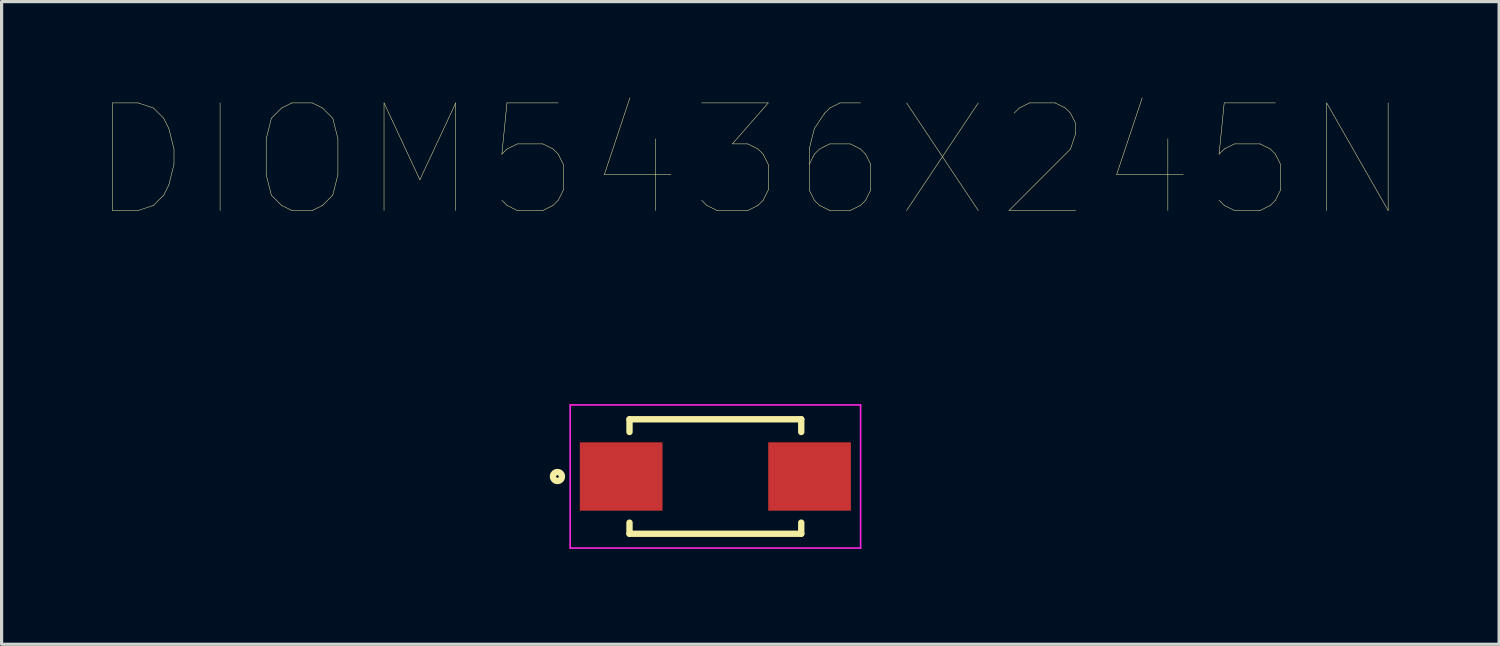
<source format=kicad_pcb>
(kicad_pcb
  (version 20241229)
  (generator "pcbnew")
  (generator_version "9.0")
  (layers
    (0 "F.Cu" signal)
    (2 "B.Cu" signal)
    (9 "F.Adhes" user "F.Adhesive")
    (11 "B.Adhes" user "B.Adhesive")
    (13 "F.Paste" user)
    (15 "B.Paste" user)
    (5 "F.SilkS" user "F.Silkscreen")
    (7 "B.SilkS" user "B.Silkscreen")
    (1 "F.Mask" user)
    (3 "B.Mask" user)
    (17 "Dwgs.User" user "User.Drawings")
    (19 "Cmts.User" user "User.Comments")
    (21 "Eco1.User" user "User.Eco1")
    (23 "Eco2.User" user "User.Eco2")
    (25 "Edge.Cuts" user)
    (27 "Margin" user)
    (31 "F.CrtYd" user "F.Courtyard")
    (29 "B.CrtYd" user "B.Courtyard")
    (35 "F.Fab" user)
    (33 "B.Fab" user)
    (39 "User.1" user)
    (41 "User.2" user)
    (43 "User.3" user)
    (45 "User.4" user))
  (footprint "DIOM5436X245N"
    (layer "F.Cu")
    (at 19.445 11.934)
    (property "Reference" "DIOM5436X245N" (at 1.099 -9.929 0) (layer "F.SilkS") (effects (font (size 3.383 3.383) (thickness 0.015))))
    (attr through_hole)
    (fp_line (start -2.7 -1.8) (end -2.7 -1.4) (stroke (width 0.2) (type solid)) (layer "F.SilkS"))
    (fp_line (start -2.7 -1.8) (end 2.7 -1.8) (stroke (width 0.2) (type solid)) (layer "F.SilkS"))
    (fp_line (start -2.7 1.8) (end -2.7 1.45) (stroke (width 0.2) (type solid)) (layer "F.SilkS"))
    (fp_line (start -2.7 1.8) (end 2.7 1.8) (stroke (width 0.2) (type solid)) (layer "F.SilkS"))
    (fp_line (start 2.7 -1.8) (end 2.7 -1.4) (stroke (width 0.2) (type solid)) (layer "F.SilkS"))
    (fp_line (start 2.7 1.8) (end 2.7 1.45) (stroke (width 0.2) (type solid)) (layer "F.SilkS"))
    (fp_circle (center -4.966 0) (end -4.825 0) (stroke (width 0.2) (type solid)) (fill no) (layer "F.SilkS"))
    (fp_line (start -4.566 -2.25) (end 4.566 -2.25) (stroke (width 0.05) (type solid)) (layer "F.CrtYd"))
    (fp_line (start -4.566 2.25) (end -4.566 -2.25) (stroke (width 0.05) (type solid)) (layer "F.CrtYd"))
    (fp_line (start 4.566 -2.25) (end 4.566 2.25) (stroke (width 0.05) (type solid)) (layer "F.CrtYd"))
    (fp_line (start 4.566 2.25) (end -4.566 2.25) (stroke (width 0.05) (type solid)) (layer "F.CrtYd"))
    (pad "A" smd rect (at 2.962 0) (size 2.6 2.15) (layers "F.Cu" "F.Mask" "F.Paste"))
    (pad "C" smd rect (at -2.962 0) (size 2.6 2.15) (layers "F.Cu" "F.Mask" "F.Paste")))
  (gr_rect
    (start -3 -3)
    (end 44.09 17.209)
    (stroke (width 0.1) (type default))
    (fill no)
    (layer "Edge.Cuts")))
</source>
